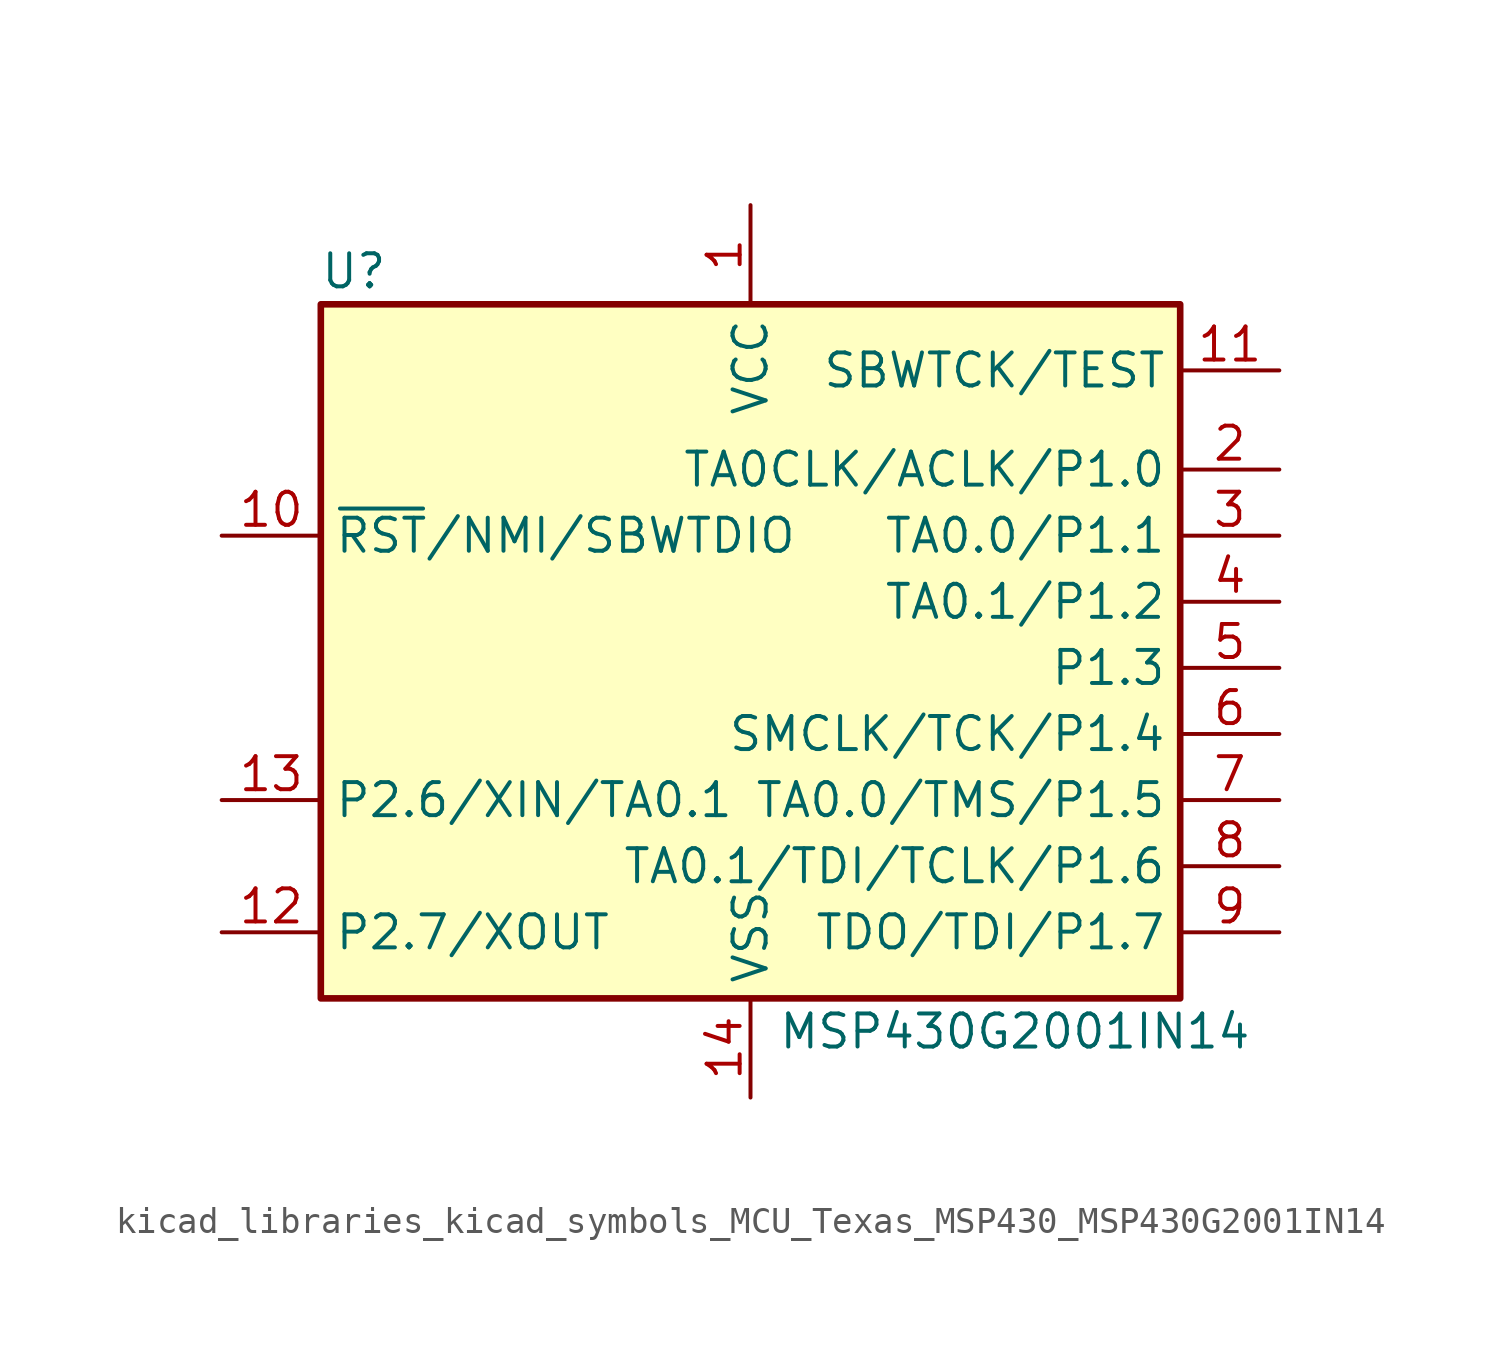
<source format=kicad_sym>
(kicad_symbol_lib
  (version 20220914)
  (generator kicad_symbol_editor)
  (symbol "kicad_libraries_kicad_symbols_MCU_Texas_MSP430_MSP430G2001IN14"
    (property "Reference" "U"
      (at -15.24 15.24 0)
      (effects (font (size 1.27 1.27))))
    (property "Value" "MSP430G2001IN14"
      (at 10.16 -13.97 0)
      (effects (font (size 1.27 1.27))))
    (symbol "kicad_libraries_kicad_symbols_MCU_Texas_MSP430_MSP430G2001IN14_0_1"
      (rectangle (start -16.51 13.97) (end 16.51 -12.7) (stroke (width 0.254) (type default)) (fill (type background))))
    (symbol "kicad_libraries_kicad_symbols_MCU_Texas_MSP430_MSP430G2001IN14_1_1"
      (pin power_in line (at 0 17.78 270) (length 3.81) (name "VCC" (effects (font (size 1.27 1.27)))) (number "1" (effects (font (size 1.27 1.27)))))
      (pin input line (at -20.32 5.08 0) (length 3.81) (name "~{RST}/NMI/SBWTDIO" (effects (font (size 1.27 1.27)))) (number "10" (effects (font (size 1.27 1.27)))))
      (pin input line (at 20.32 11.43 180) (length 3.81) (name "SBWTCK/TEST" (effects (font (size 1.27 1.27)))) (number "11" (effects (font (size 1.27 1.27)))))
      (pin bidirectional line (at -20.32 -10.16 0) (length 3.81) (name "P2.7/XOUT" (effects (font (size 1.27 1.27)))) (number "12" (effects (font (size 1.27 1.27)))))
      (pin bidirectional line (at -20.32 -5.08 0) (length 3.81) (name "P2.6/XIN/TA0.1" (effects (font (size 1.27 1.27)))) (number "13" (effects (font (size 1.27 1.27)))))
      (pin power_in line (at 0 -16.51 90) (length 3.81) (name "VSS" (effects (font (size 1.27 1.27)))) (number "14" (effects (font (size 1.27 1.27)))))
      (pin bidirectional line (at 20.32 7.62 180) (length 3.81) (name "TA0CLK/ACLK/P1.0" (effects (font (size 1.27 1.27)))) (number "2" (effects (font (size 1.27 1.27)))))
      (pin bidirectional line (at 20.32 5.08 180) (length 3.81) (name "TA0.0/P1.1" (effects (font (size 1.27 1.27)))) (number "3" (effects (font (size 1.27 1.27)))))
      (pin bidirectional line (at 20.32 2.54 180) (length 3.81) (name "TA0.1/P1.2" (effects (font (size 1.27 1.27)))) (number "4" (effects (font (size 1.27 1.27)))))
      (pin bidirectional line (at 20.32 0 180) (length 3.81) (name "P1.3" (effects (font (size 1.27 1.27)))) (number "5" (effects (font (size 1.27 1.27)))))
      (pin bidirectional line (at 20.32 -2.54 180) (length 3.81) (name "SMCLK/TCK/P1.4" (effects (font (size 1.27 1.27)))) (number "6" (effects (font (size 1.27 1.27)))))
      (pin bidirectional line (at 20.32 -5.08 180) (length 3.81) (name "TA0.0/TMS/P1.5" (effects (font (size 1.27 1.27)))) (number "7" (effects (font (size 1.27 1.27)))))
      (pin bidirectional line (at 20.32 -7.62 180) (length 3.81) (name "TA0.1/TDI/TCLK/P1.6" (effects (font (size 1.27 1.27)))) (number "8" (effects (font (size 1.27 1.27)))))
      (pin bidirectional line (at 20.32 -10.16 180) (length 3.81) (name "TDO/TDI/P1.7" (effects (font (size 1.27 1.27)))) (number "9" (effects (font (size 1.27 1.27))))))))
</source>
